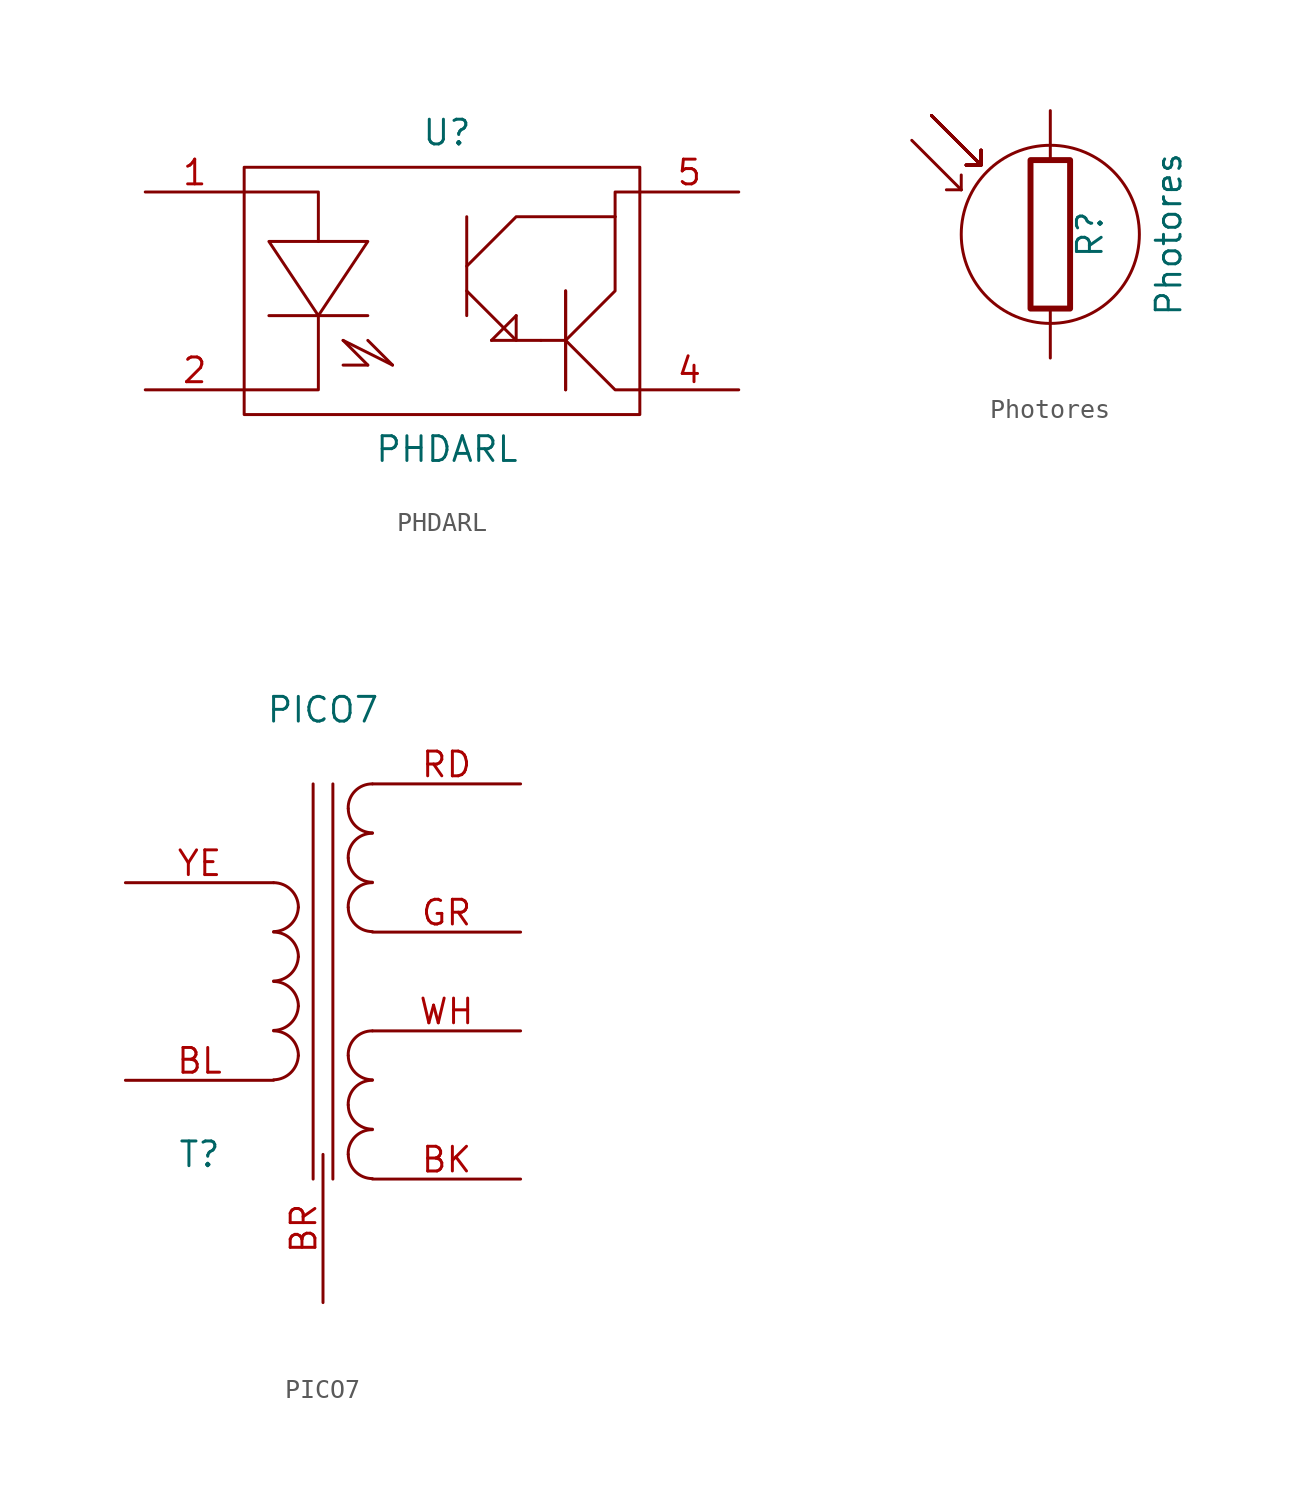
<source format=kicad_sym>
(kicad_symbol_lib
  (version 20211014)
  (generator kicad_symbol_editor)
  (symbol "PHDARL"
    (pin_names
      (offset 0.254))
    (property "Reference" "U"
      (at 0.254 8.128 0)
      (effects (font (size 1.27 1.27))))
    (property "Value" "PHDARL"
      (at 0.254 -8.128 0)
      (effects (font (size 1.27 1.27))))
    (property "Footprint" ""
      (at 0 0 0)
      (effects (font (size 1.27 1.27))))
    (property "Datasheet" ""
      (at 0 0 0)
      (effects (font (size 1.27 1.27))))
    (symbol "PHDARL_0_0"
      (polyline (pts (xy -8.89 -1.27) (xy -3.81 -1.27)) (stroke (width 0) (type default) (color 0 0 0 0)) (fill (type none)))
      (polyline (pts (xy -5.08 -2.54) (xy -3.81 -3.81)) (stroke (width 0) (type default) (color 0 0 0 0)) (fill (type none)))
      (polyline (pts (xy -5.08 -2.54) (xy -2.54 -3.81)) (stroke (width 0) (type default) (color 0 0 0 0)) (fill (type none)))
      (polyline (pts (xy 1.27 3.81) (xy 1.27 -1.27)) (stroke (width 0) (type default) (color 0 0 0 0)) (fill (type none)))
      (polyline (pts (xy 3.81 -1.27) (xy 2.54 -2.54)) (stroke (width 0) (type default) (color 0 0 0 0)) (fill (type none)))
      (polyline (pts (xy 5.08 -2.54) (xy 6.35 -2.54)) (stroke (width 0) (type default) (color 0 0 0 0)) (fill (type none)))
      (polyline (pts (xy 6.35 0) (xy 6.35 -5.08)) (stroke (width 0) (type default) (color 0 0 0 0)) (fill (type none)))
      (polyline (pts (xy 6.35 0) (xy 6.35 -5.08)) (stroke (width 0) (type default) (color 0 0 0 0)) (fill (type none)))
      (polyline (pts (xy -3.81 -3.81) (xy -3.81 -3.81) (xy -5.08 -3.81)) (stroke (width 0) (type default) (color 0 0 0 0)) (fill (type none)))
      (polyline (pts (xy -3.81 -2.54) (xy -2.54 -3.81) (xy -3.81 -2.54)) (stroke (width 0) (type default) (color 0 0 0 0)) (fill (type none)))
      (polyline (pts (xy 1.27 1.27) (xy 3.81 3.81) (xy 8.89 3.81)) (stroke (width 0) (type default) (color 0 0 0 0)) (fill (type none)))
      (polyline (pts (xy 2.54 -2.54) (xy 3.81 -2.54) (xy 3.81 -1.27)) (stroke (width 0) (type default) (color 0 0 0 0)) (fill (type none)))
      (polyline (pts (xy 6.35 -2.54) (xy 8.89 0) (xy 8.89 3.81)) (stroke (width 0) (type default) (color 0 0 0 0)) (fill (type none)))
      (polyline (pts (xy -8.89 2.54) (xy -3.81 2.54) (xy -6.35 -1.27) (xy -8.89 2.54)) (stroke (width 0) (type default) (color 0 0 0 0)) (fill (type none)))
      (polyline (pts (xy 1.27 0) (xy 3.81 -2.54) (xy 3.81 -2.54) (xy 5.08 -2.54)) (stroke (width 0) (type default) (color 0 0 0 0)) (fill (type none))))
    (symbol "PHDARL_0_1"
      (rectangle (start -10.16 6.35) (end 10.16 -6.35) (stroke (width 0) (type default) (color 0 0 0 0)) (fill (type none)))
      (polyline (pts (xy -10.16 -5.08) (xy -6.35 -5.08) (xy -6.35 -1.27)) (stroke (width 0) (type default) (color 0 0 0 0)) (fill (type none)))
      (polyline (pts (xy -10.16 5.08) (xy -6.35 5.08) (xy -6.35 2.54)) (stroke (width 0) (type default) (color 0 0 0 0)) (fill (type none)))
      (polyline (pts (xy 6.35 -2.54) (xy 8.89 -5.08) (xy 10.16 -5.08)) (stroke (width 0) (type default) (color 0 0 0 0)) (fill (type none)))
      (polyline (pts (xy 8.89 3.81) (xy 8.89 5.08) (xy 10.16 5.08)) (stroke (width 0) (type default) (color 0 0 0 0)) (fill (type none))))
    (symbol "PHDARL_1_1"
      (pin input line (at -15.24 5.08 0) (length 5.08) (name "~" (effects (font (size 1.27 1.27)))) (number "1" (effects (font (size 1.27 1.27)))))
      (pin input line (at -15.24 -5.08 0) (length 5.08) (name "~" (effects (font (size 1.27 1.27)))) (number "2" (effects (font (size 1.27 1.27)))))
      (pin passive line (at 15.24 -5.08 180) (length 5.08) (name "~" (effects (font (size 1.27 1.27)))) (number "4" (effects (font (size 1.27 1.27)))))
      (pin passive line (at 15.24 5.08 180) (length 5.08) (name "~" (effects (font (size 1.27 1.27)))) (number "5" (effects (font (size 1.27 1.27)))))))
  (symbol "Photores"
    (pin_numbers hide)
    (pin_names
      (offset 0))
    (property "Reference" "R"
      (at 2.032 0 90)
      (effects (font (size 1.27 1.27))))
    (property "Value" "Photores"
      (at 5.334 0 90)
      (effects (font (size 1.27 1.27)) (justify top)))
    (property "Footprint" ""
      (at -1.778 0 90)
      (effects (font (size 1.27 1.27))))
    (property "Datasheet" ""
      (at 0 0 0)
      (effects (font (size 1.27 1.27))))
    (symbol "Photores_0_1"
      (rectangle (start -1.016 3.81) (end 1.016 -3.81) (stroke (width 0.305) (type default) (color 0 0 0 0)) (fill (type none)))
      (polyline (pts (xy -4.572 2.286) (xy -7.112 4.826)) (stroke (width 0) (type default) (color 0 0 0 0)) (fill (type none)))
      (polyline (pts (xy -4.572 2.286) (xy -5.334 2.286)) (stroke (width 0) (type default) (color 0 0 0 0)) (fill (type none)))
      (polyline (pts (xy -4.572 2.286) (xy -4.572 3.048)) (stroke (width 0) (type default) (color 0 0 0 0)) (fill (type none)))
      (polyline (pts (xy -3.556 3.556) (xy -6.096 6.096)) (stroke (width 0) (type default) (color 0 0 0 0)) (fill (type none)))
      (polyline (pts (xy -3.556 3.556) (xy -6.096 6.096)) (stroke (width 0) (type default) (color 0 0 0 0)) (fill (type none)))
      (polyline (pts (xy -3.556 3.556) (xy -6.096 6.096)) (stroke (width 0) (type default) (color 0 0 0 0)) (fill (type none)))
      (polyline (pts (xy -3.556 3.556) (xy -6.096 6.096)) (stroke (width 0) (type default) (color 0 0 0 0)) (fill (type none)))
      (polyline (pts (xy -3.556 3.556) (xy -6.096 6.096)) (stroke (width 0) (type default) (color 0 0 0 0)) (fill (type none)))
      (polyline (pts (xy -3.556 3.556) (xy -6.096 6.096)) (stroke (width 0) (type default) (color 0 0 0 0)) (fill (type none)))
      (polyline (pts (xy -3.556 3.556) (xy -6.096 6.096)) (stroke (width 0) (type default) (color 0 0 0 0)) (fill (type none)))
      (polyline (pts (xy -3.556 3.556) (xy -6.096 6.096)) (stroke (width 0) (type default) (color 0 0 0 0)) (fill (type none)))
      (polyline (pts (xy -3.556 3.556) (xy -4.318 3.556)) (stroke (width 0) (type default) (color 0 0 0 0)) (fill (type none)))
      (polyline (pts (xy -3.556 3.556) (xy -4.318 3.556)) (stroke (width 0) (type default) (color 0 0 0 0)) (fill (type none)))
      (polyline (pts (xy -3.556 3.556) (xy -4.318 3.556)) (stroke (width 0) (type default) (color 0 0 0 0)) (fill (type none)))
      (polyline (pts (xy -3.556 3.556) (xy -4.318 3.556)) (stroke (width 0) (type default) (color 0 0 0 0)) (fill (type none)))
      (polyline (pts (xy -3.556 3.556) (xy -4.318 3.556)) (stroke (width 0) (type default) (color 0 0 0 0)) (fill (type none)))
      (polyline (pts (xy -3.556 3.556) (xy -4.318 3.556)) (stroke (width 0) (type default) (color 0 0 0 0)) (fill (type none)))
      (polyline (pts (xy -3.556 3.556) (xy -4.318 3.556)) (stroke (width 0) (type default) (color 0 0 0 0)) (fill (type none)))
      (polyline (pts (xy -3.556 3.556) (xy -4.318 3.556)) (stroke (width 0) (type default) (color 0 0 0 0)) (fill (type none)))
      (polyline (pts (xy -3.556 3.556) (xy -3.556 4.318)) (stroke (width 0) (type default) (color 0 0 0 0)) (fill (type none)))
      (polyline (pts (xy -3.556 3.556) (xy -3.556 4.318)) (stroke (width 0) (type default) (color 0 0 0 0)) (fill (type none)))
      (polyline (pts (xy -3.556 3.556) (xy -3.556 4.318)) (stroke (width 0) (type default) (color 0 0 0 0)) (fill (type none)))
      (polyline (pts (xy -3.556 3.556) (xy -3.556 4.318)) (stroke (width 0) (type default) (color 0 0 0 0)) (fill (type none)))
      (polyline (pts (xy -3.556 3.556) (xy -3.556 4.318)) (stroke (width 0) (type default) (color 0 0 0 0)) (fill (type none)))
      (polyline (pts (xy -3.556 3.556) (xy -3.556 4.318)) (stroke (width 0) (type default) (color 0 0 0 0)) (fill (type none)))
      (polyline (pts (xy -3.556 3.556) (xy -3.556 4.318)) (stroke (width 0) (type default) (color 0 0 0 0)) (fill (type none)))
      (polyline (pts (xy -3.556 3.556) (xy -3.556 4.318)) (stroke (width 0) (type default) (color 0 0 0 0)) (fill (type none)))
      (circle (center 0 0) (radius 4.572) (stroke (width 0) (type default) (color 0 0 0 0)) (fill (type none))))
    (symbol "Photores_1_1"
      (pin passive line (at 0 6.35 270) (length 2.54) (name "~" (effects (font (size 1.27 1.27)))) (number "1" (effects (font (size 1.27 1.27)))))
      (pin passive line (at 0 -6.35 90) (length 2.54) (name "~" (effects (font (size 1.27 1.27)))) (number "2" (effects (font (size 1.27 1.27)))))))
  (symbol "PICO7"
    (pin_names
      (offset 1.016) hide)
    (property "Reference" "T"
      (at -6.35 -8.89 0)
      (effects (font (size 1.27 1.27))))
    (property "Value" "PICO7"
      (at 0 13.97 0)
      (effects (font (size 1.27 1.27))))
    (property "Footprint" ""
      (at 0 0 0)
      (effects (font (size 1.27 1.27))))
    (property "Datasheet" ""
      (at 0 0 0)
      (effects (font (size 1.27 1.27))))
    (symbol "PICO7_0_1"
      (arc (start -2.54 -5.0546) (mid -1.6599 -4.6901) (end -1.27 -3.81) (stroke (width 0) (type default) (color 0 0 0 0)) (fill (type none)))
      (arc (start -2.54 -2.5146) (mid -1.6599 -2.1501) (end -1.27 -1.27) (stroke (width 0) (type default) (color 0 0 0 0)) (fill (type none)))
      (arc (start -2.54 0.0254) (mid -1.6599 0.3899) (end -1.27 1.27) (stroke (width 0) (type default) (color 0 0 0 0)) (fill (type none)))
      (arc (start -2.54 2.5654) (mid -1.6599 2.9299) (end -1.27 3.81) (stroke (width 0) (type default) (color 0 0 0 0)) (fill (type none)))
      (arc (start -1.27 -3.81) (mid -1.642 -2.912) (end -2.54 -2.54) (stroke (width 0) (type default) (color 0 0 0 0)) (fill (type none)))
      (arc (start -1.27 -1.27) (mid -1.642 -0.372) (end -2.54 0) (stroke (width 0) (type default) (color 0 0 0 0)) (fill (type none)))
      (arc (start -1.27 1.27) (mid -1.642 2.168) (end -2.54 2.54) (stroke (width 0) (type default) (color 0 0 0 0)) (fill (type none)))
      (arc (start -1.27 3.81) (mid -1.642 4.708) (end -2.54 5.08) (stroke (width 0) (type default) (color 0 0 0 0)) (fill (type none)))
      (polyline (pts (xy -0.508 -10.16) (xy -0.508 10.16)) (stroke (width 0) (type default) (color 0 0 0 0)) (fill (type none)))
      (polyline (pts (xy 0.508 10.16) (xy 0.508 -10.16)) (stroke (width 0) (type default) (color 0 0 0 0)) (fill (type none)))
      (arc (start 1.2954 -8.89) (mid 1.6599 -9.7701) (end 2.54 -10.1346) (stroke (width 0) (type default) (color 0 0 0 0)) (fill (type none)))
      (arc (start 1.2954 -6.35) (mid 1.6599 -7.2301) (end 2.54 -7.5946) (stroke (width 0) (type default) (color 0 0 0 0)) (fill (type none)))
      (arc (start 1.2954 -3.81) (mid 1.6599 -4.6901) (end 2.54 -5.0546) (stroke (width 0) (type default) (color 0 0 0 0)) (fill (type none)))
      (arc (start 1.2954 3.81) (mid 1.6599 2.9299) (end 2.54 2.5654) (stroke (width 0) (type default) (color 0 0 0 0)) (fill (type none)))
      (arc (start 1.2954 6.35) (mid 1.6599 5.4699) (end 2.54 5.1054) (stroke (width 0) (type default) (color 0 0 0 0)) (fill (type none)))
      (arc (start 1.2954 8.89) (mid 1.6599 8.0099) (end 2.54 7.6454) (stroke (width 0) (type default) (color 0 0 0 0)) (fill (type none)))
      (arc (start 2.54 -7.62) (mid 1.642 -7.992) (end 1.2954 -8.89) (stroke (width 0) (type default) (color 0 0 0 0)) (fill (type none)))
      (arc (start 2.54 -5.08) (mid 1.642 -5.452) (end 1.2954 -6.35) (stroke (width 0) (type default) (color 0 0 0 0)) (fill (type none)))
      (arc (start 2.54 -2.54) (mid 1.642 -2.912) (end 1.2954 -3.81) (stroke (width 0) (type default) (color 0 0 0 0)) (fill (type none)))
      (arc (start 2.54 5.08) (mid 1.642 4.708) (end 1.2954 3.81) (stroke (width 0) (type default) (color 0 0 0 0)) (fill (type none)))
      (arc (start 2.54 7.62) (mid 1.642 7.248) (end 1.2954 6.35) (stroke (width 0) (type default) (color 0 0 0 0)) (fill (type none)))
      (arc (start 2.54 10.16) (mid 1.642 9.788) (end 1.2954 8.89) (stroke (width 0) (type default) (color 0 0 0 0)) (fill (type none))))
    (symbol "PICO7_1_1"
      (pin passive line (at 10.16 -10.16 180) (length 7.62) (name "SD" (effects (font (size 1.27 1.27)))) (number "BK" (effects (font (size 1.27 1.27)))))
      (pin passive line (at -10.16 -5.08 0) (length 7.62) (name "AB" (effects (font (size 1.27 1.27)))) (number "BL" (effects (font (size 1.27 1.27)))))
      (pin passive line (at 0 -16.51 90) (length 7.62) (name "~" (effects (font (size 1.27 1.27)))) (number "BR" (effects (font (size 1.27 1.27)))))
      (pin passive line (at 10.16 2.54 180) (length 7.62) (name "SB" (effects (font (size 1.27 1.27)))) (number "GR" (effects (font (size 1.27 1.27)))))
      (pin passive line (at 10.16 10.16 180) (length 7.62) (name "SA" (effects (font (size 1.27 1.27)))) (number "RD" (effects (font (size 1.27 1.27)))))
      (pin passive line (at 10.16 -2.54 180) (length 7.62) (name "SC" (effects (font (size 1.27 1.27)))) (number "WH" (effects (font (size 1.27 1.27)))))
      (pin passive line (at -10.16 5.08 0) (length 7.62) (name "AA" (effects (font (size 1.27 1.27)))) (number "YE" (effects (font (size 1.27 1.27))))))))
</source>
